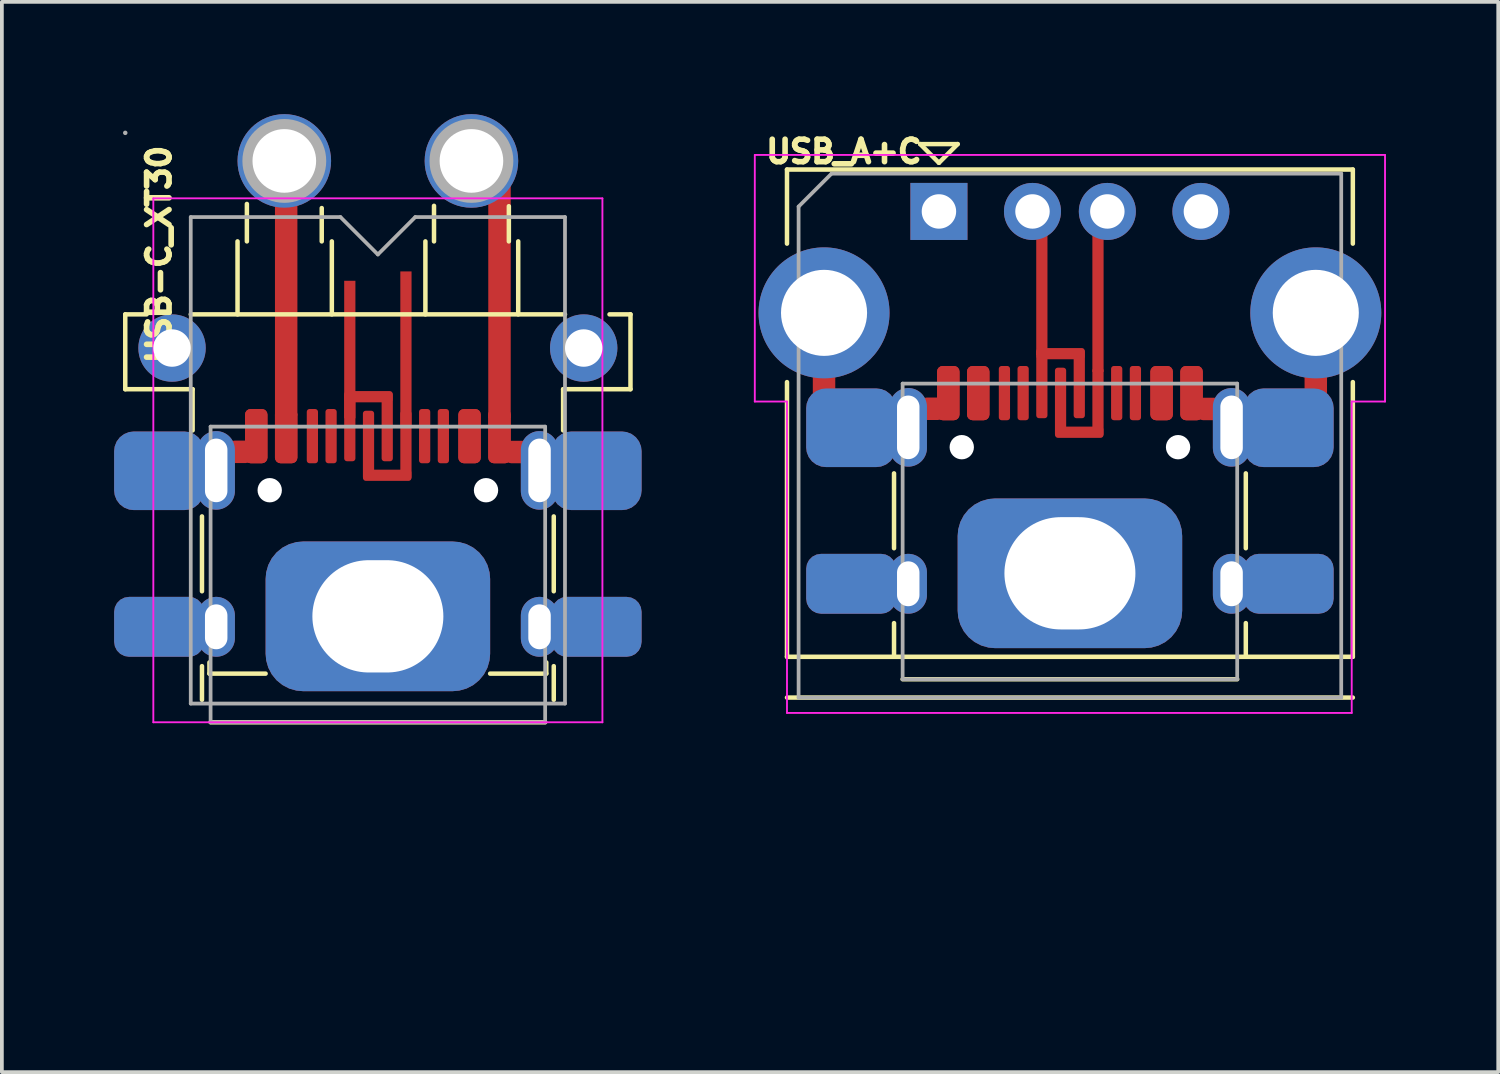
<source format=kicad_pcb>
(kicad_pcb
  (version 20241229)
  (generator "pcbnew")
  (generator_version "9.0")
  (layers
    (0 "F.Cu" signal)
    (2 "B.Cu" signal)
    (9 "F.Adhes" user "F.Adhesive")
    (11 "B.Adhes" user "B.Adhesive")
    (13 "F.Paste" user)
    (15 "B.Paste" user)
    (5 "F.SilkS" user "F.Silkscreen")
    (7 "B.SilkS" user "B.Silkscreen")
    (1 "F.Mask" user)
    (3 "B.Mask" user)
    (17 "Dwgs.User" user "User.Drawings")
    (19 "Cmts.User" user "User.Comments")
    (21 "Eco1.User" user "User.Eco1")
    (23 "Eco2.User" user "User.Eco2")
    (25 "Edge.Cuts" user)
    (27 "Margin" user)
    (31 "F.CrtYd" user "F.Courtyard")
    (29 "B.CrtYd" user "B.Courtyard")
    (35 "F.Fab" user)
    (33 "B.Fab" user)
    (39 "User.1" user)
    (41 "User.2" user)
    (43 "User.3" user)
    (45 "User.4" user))
  (footprint "USB_A+C"
    (layer "F.Cu")
    (at 22.039 2.6)
    (property "Reference" "USB_A+C" (at -2.54 -1.6 0) (layer "F.SilkS") (effects (font (size 0.6 0.6) (thickness 0.15))))
    (fp_line (start -4.06 -1.12) (end -4.06 0.86) (stroke (width 0.12) (type solid)) (layer "F.SilkS"))
    (fp_line (start -4.06 -1.12) (end 11.06 -1.12) (stroke (width 0.12) (type solid)) (layer "F.SilkS"))
    (fp_line (start -4.06 4.56) (end -4.06 11.9) (stroke (width 0.12) (type solid)) (layer "F.SilkS"))
    (fp_line (start -4.06 11.9) (end 11.06 11.9) (stroke (width 0.12) (type solid)) (layer "F.SilkS"))
    (fp_line (start -4.06 12.99) (end 11.06 12.99) (stroke (width 0.12) (type solid)) (layer "F.SilkS"))
    (fp_line (start -1.2 6.999) (end -1.2 8.999) (stroke (width 0.12) (type solid)) (layer "F.SilkS"))
    (fp_line (start -1.2 11) (end -1.2 11.9) (stroke (width 0.12) (type solid)) (layer "F.SilkS"))
    (fp_line (start -0.97 12.5) (end 7.97 12.5) (stroke (width 0.12) (type solid)) (layer "F.SilkS"))
    (fp_line (start -0.5 -1.8) (end 0 -1.3) (stroke (width 0.12) (type solid)) (layer "F.SilkS"))
    (fp_line (start 0 -1.3) (end 0.5 -1.8) (stroke (width 0.12) (type solid)) (layer "F.SilkS"))
    (fp_line (start 0.5 -1.8) (end -0.5 -1.8) (stroke (width 0.12) (type solid)) (layer "F.SilkS"))
    (fp_line (start 8.2 6.999) (end 8.2 8.999) (stroke (width 0.12) (type solid)) (layer "F.SilkS"))
    (fp_line (start 8.2 11) (end 8.2 11.9) (stroke (width 0.12) (type solid)) (layer "F.SilkS"))
    (fp_line (start 11.06 0.86) (end 11.06 -1.12) (stroke (width 0.12) (type solid)) (layer "F.SilkS"))
    (fp_line (start 11.06 4.56) (end 11.06 11.9) (stroke (width 0.12) (type solid)) (layer "F.SilkS"))
    (fp_line (start -4.92 -1.51) (end -4.92 5.08) (stroke (width 0.05) (type solid)) (layer "F.CrtYd"))
    (fp_line (start -4.92 -1.51) (end 11.92 -1.51) (stroke (width 0.05) (type solid)) (layer "F.CrtYd"))
    (fp_line (start -4.06 5.08) (end -4.92 5.08) (stroke (width 0.05) (type solid)) (layer "F.CrtYd"))
    (fp_line (start -4.06 5.08) (end -4.06 13.4) (stroke (width 0.05) (type solid)) (layer "F.CrtYd"))
    (fp_line (start 11.03 5.08) (end 11.03 13.4) (stroke (width 0.05) (type solid)) (layer "F.CrtYd"))
    (fp_line (start 11.03 5.08) (end 11.92 5.08) (stroke (width 0.05) (type solid)) (layer "F.CrtYd"))
    (fp_line (start 11.03 13.4) (end -4.06 13.4) (stroke (width 0.05) (type solid)) (layer "F.CrtYd"))
    (fp_line (start 11.92 -1.51) (end 11.92 5.08) (stroke (width 0.05) (type solid)) (layer "F.CrtYd"))
    (fp_line (start -3.75 -0.13) (end -3.75 12.99) (stroke (width 0.1) (type solid)) (layer "F.Fab"))
    (fp_line (start -3.75 12.99) (end 10.75 12.99) (stroke (width 0.1) (type solid)) (layer "F.Fab"))
    (fp_line (start -2.87 -1.01) (end -3.75 -0.13) (stroke (width 0.1) (type solid)) (layer "F.Fab"))
    (fp_line (start -2.87 -1.01) (end 10.75 -1.01) (stroke (width 0.1) (type solid)) (layer "F.Fab"))
    (fp_line (start -0.97 4.6) (end -0.97 12.5) (stroke (width 0.1) (type solid)) (layer "F.Fab"))
    (fp_line (start -0.97 4.6) (end 7.97 4.6) (stroke (width 0.1) (type solid)) (layer "F.Fab"))
    (fp_line (start -0.97 12.5) (end 7.97 12.5) (stroke (width 0.1) (type solid)) (layer "F.Fab"))
    (fp_line (start 7.97 4.6) (end 7.97 12.5) (stroke (width 0.1) (type solid)) (layer "F.Fab"))
    (fp_line (start 10.75 -1.01) (end 10.75 12.99) (stroke (width 0.1) (type solid)) (layer "F.Fab"))
    (fp_line (start -4.5 12) (end 0.5 17) (stroke (width 0.12) (type solid)) (layer "User.1"))
    (fp_line (start -4.5 12) (end 11.5 12) (stroke (width 0.1) (type solid)) (layer "User.1"))
    (fp_line (start 3.5 -2.54) (end 3.5 16.51) (stroke (width 0.12) (type solid)) (layer "User.1"))
    (fp_text user "CL" (at 3.5 15.24 270) (unlocked yes) (layer "User.1") (effects (font (size 0.6 0.6) (thickness 0.1))))
    (fp_text user "Board Edge" (at -1 14.5 315) (unlocked yes) (layer "User.1") (effects (font (size 0.6 0.6) (thickness 0.1))))
    (pad "1" thru_hole rect (at 0 0) (size 1.524 1.524) (drill 0.92) (layers "*.Cu" "*.Mask"))
    (pad "1" thru_hole circle (at 0.61 6.299) (size 0.75 0.75) (drill 0.65) (layers "*.Cu" "*.Mask") (remove_unused_layers yes) (zone_layer_connections))
    (pad "1" smd roundrect (at 1.05 4.854) (size 0.6 1.45) (layers "F.Cu" "F.Mask" "F.Paste") (roundrect_rratio 0.25))
    (pad "1" smd roundrect (at 1.05 4.854) (size 0.6 1.45) (layers "F.Cu" "F.Mask" "F.Paste") (roundrect_rratio 0.25))
    (pad "1" smd roundrect (at 5.95 4.854) (size 0.6 1.45) (layers "F.Cu" "F.Mask" "F.Paste") (roundrect_rratio 0.25))
    (pad "1" smd roundrect (at 5.95 4.854) (size 0.6 1.45) (layers "F.Cu" "F.Mask" "F.Paste") (roundrect_rratio 0.25))
    (pad "1" thru_hole circle (at 6.39 6.299) (size 0.75 0.75) (drill 0.65) (layers "*.Cu" "*.Mask") (remove_unused_layers yes) (zone_layer_connections))
    (pad "2" thru_hole circle (at 2.5 0) (size 1.524 1.524) (drill 0.92) (layers "*.Cu" "*.Mask"))
    (pad "2" smd rect (at 2.75 2) (size 0.3 3.675) (layers "F.Cu" "F.Mask" "F.Paste"))
    (pad "2" smd roundrect (at 2.75 4.6) (size 0.3 1.85) (layers "F.Cu" "F.Mask" "F.Paste") (roundrect_rratio 0.25))
    (pad "2" smd roundrect (at 3.25 3.8 90) (size 0.3 1.29) (layers "F.Cu" "F.Mask" "F.Paste") (roundrect_rratio 0.25))
    (pad "2" smd roundrect (at 3.75 4.6) (size 0.3 1.85) (layers "F.Cu" "F.Mask" "F.Paste") (roundrect_rratio 0.25))
    (pad "3" smd roundrect (at 3.25 5.1) (size 0.3 1.85) (layers "F.Cu" "F.Mask" "F.Paste") (roundrect_rratio 0.25))
    (pad "3" smd roundrect (at 3.75 5.9 90) (size 0.3 1.29) (layers "F.Cu" "F.Mask" "F.Paste") (roundrect_rratio 0.25))
    (pad "3" smd rect (at 4.25 2.2) (size 0.3 4.175) (layers "F.Cu" "F.Mask" "F.Paste"))
    (pad "3" smd roundrect (at 4.25 5.1) (size 0.3 1.85) (layers "F.Cu" "F.Mask" "F.Paste") (roundrect_rratio 0.25))
    (pad "3" thru_hole circle (at 4.5 0) (size 1.524 1.524) (drill 0.92) (layers "*.Cu" "*.Mask"))
    (pad "4" smd roundrect (at -3.07 4.6) (size 0.6 0.8) (layers "F.Cu" "F.Paste") (roundrect_rratio 0.25))
    (pad "4" smd roundrect (at -0.179 5.273) (size 0.6 0.6) (layers "F.Cu" "F.Paste") (roundrect_rratio 0.25))
    (pad "4" smd roundrect (at 0.25 4.854) (size 0.6 1.45) (layers "F.Cu" "F.Mask" "F.Paste") (roundrect_rratio 0.25))
    (pad "4" smd roundrect (at 0.25 4.854) (size 0.6 1.45) (layers "F.Cu" "F.Mask" "F.Paste") (roundrect_rratio 0.25))
    (pad "4" smd roundrect (at 6.75 4.854) (size 0.6 1.45) (layers "F.Cu" "F.Mask" "F.Paste") (roundrect_rratio 0.25))
    (pad "4" smd roundrect (at 6.75 4.854) (size 0.6 1.45) (layers "F.Cu" "F.Mask" "F.Paste") (roundrect_rratio 0.25))
    (pad "4" thru_hole circle (at 7 0) (size 1.524 1.524) (drill 0.92) (layers "*.Cu" "*.Mask"))
    (pad "4" smd roundrect (at 7.207 5.278) (size 0.6 0.6) (layers "F.Cu" "F.Paste") (roundrect_rratio 0.25))
    (pad "4" smd roundrect (at 10.07 4.6) (size 0.6 0.8) (layers "F.Cu" "F.Paste") (roundrect_rratio 0.25))
    (pad "5" thru_hole circle (at -3.07 2.71) (size 3.5 3.5) (drill 2.3) (layers "*.Cu" "*.Mask"))
    (pad "5" smd roundrect (at -2.347 5.78) (size 2.4 2.1) (layers "F.Cu" "F.Mask" "F.Paste") (roundrect_rratio 0.25))
    (pad "5" smd roundrect (at -2.347 5.78) (size 2.4 2.1) (layers "B.Cu" "B.Mask" "B.Paste") (roundrect_rratio 0.25))
    (pad "5" smd roundrect (at -2.347 9.949) (size 2.4 1.6) (layers "F.Cu" "F.Mask" "F.Paste") (roundrect_rratio 0.25))
    (pad "5" smd roundrect (at -2.347 9.949) (size 2.4 1.6) (layers "B.Cu" "B.Mask" "B.Paste") (roundrect_rratio 0.25))
    (pad "5" thru_hole oval (at -0.82 5.769) (size 1 2.1) (drill oval 0.6 1.7) (layers "*.Cu" "*.Mask"))
    (pad "5" thru_hole oval (at -0.82 9.949) (size 1 1.6) (drill oval 0.6 1.2) (layers "*.Cu" "*.Mask"))
    (pad "5" thru_hole roundrect (at 3.5 9.669 180) (size 6 4) (drill oval 3.5 3) (layers "*.Cu" "*.Mask") (roundrect_rratio 0.25))
    (pad "5" thru_hole oval (at 7.82 5.769) (size 1 2.1) (drill oval 0.6 1.7) (layers "*.Cu" "*.Mask"))
    (pad "5" thru_hole oval (at 7.82 9.949) (size 1 1.6) (drill oval 0.6 1.2) (layers "*.Cu" "*.Mask"))
    (pad "5" smd roundrect (at 9.347 5.78) (size 2.4 2.1) (layers "F.Cu" "F.Mask" "F.Paste") (roundrect_rratio 0.25))
    (pad "5" smd roundrect (at 9.347 5.78) (size 2.4 2.1) (layers "B.Cu" "B.Mask" "B.Paste") (roundrect_rratio 0.25))
    (pad "5" smd roundrect (at 9.347 9.949) (size 2.4 1.6) (layers "F.Cu" "F.Mask" "F.Paste") (roundrect_rratio 0.25))
    (pad "5" smd roundrect (at 9.347 9.949) (size 2.4 1.6) (layers "B.Cu" "B.Mask" "B.Paste") (roundrect_rratio 0.25))
    (pad "5" thru_hole circle (at 10.07 2.71) (size 3.5 3.5) (drill 2.3) (layers "*.Cu" "*.Mask"))
    (pad "A5" smd roundrect (at 2.25 4.854) (size 0.3 1.45) (layers "F.Cu" "F.Mask" "F.Paste") (roundrect_rratio 0.25))
    (pad "A8" smd roundrect (at 4.75 4.854) (size 0.3 1.45) (layers "F.Cu" "F.Mask" "F.Paste") (roundrect_rratio 0.25))
    (pad "B5" smd roundrect (at 5.25 4.854) (size 0.3 1.45) (layers "F.Cu" "F.Mask" "F.Paste") (roundrect_rratio 0.25))
    (pad "B8" smd roundrect (at 1.75 4.854) (size 0.3 1.45) (layers "F.Cu" "F.Mask" "F.Paste") (roundrect_rratio 0.25)))
  (footprint "USB-C_XT30"
    (layer "F.Cu")
    (at 7.047 3.75)
    (property "Reference" "USB-C_XT30" (at -5.85 0 90) (layer "F.SilkS") (effects (font (size 0.6 0.6) (thickness 0.15))))
    (fp_line (start -6.75 1.6) (end -6.75 3.6) (stroke (width 0.12) (type solid)) (layer "F.SilkS"))
    (fp_line (start -6.75 3.6) (end -4.95 3.6) (stroke (width 0.12) (type solid)) (layer "F.SilkS"))
    (fp_line (start -6.18 1.6) (end -6.75 1.6) (stroke (width 0.12) (type solid)) (layer "F.SilkS"))
    (fp_line (start -4.95 4.7) (end -4.95 3.6) (stroke (width 0.12) (type solid)) (layer "F.SilkS"))
    (fp_line (start -4.7 6.999) (end -4.7 8.999) (stroke (width 0.12) (type solid)) (layer "F.SilkS"))
    (fp_line (start -4.7 11) (end -4.7 11.9) (stroke (width 0.12) (type solid)) (layer "F.SilkS"))
    (fp_line (start -4.5 11.2) (end -4.5 10.9) (stroke (width 0.12) (type solid)) (layer "F.SilkS"))
    (fp_line (start -4.5 11.2) (end -3 11.2) (stroke (width 0.12) (type solid)) (layer "F.SilkS"))
    (fp_line (start -4.47 12.5) (end 4.47 12.5) (stroke (width 0.12) (type solid)) (layer "F.SilkS"))
    (fp_line (start -3.75 1.6) (end -3.75 -0.35) (stroke (width 0.12) (type solid)) (layer "F.SilkS"))
    (fp_line (start -3.5 -0.35) (end -3.5 -1.35) (stroke (width 0.12) (type solid)) (layer "F.SilkS"))
    (fp_line (start -1.5 -0.35) (end -1.5 -1.24) (stroke (width 0.12) (type solid)) (layer "F.SilkS"))
    (fp_line (start -1.23 1.6) (end -1.23 -0.35) (stroke (width 0.12) (type solid)) (layer "F.SilkS"))
    (fp_line (start 1.27 1.6) (end 1.27 -0.35) (stroke (width 0.12) (type solid)) (layer "F.SilkS"))
    (fp_line (start 1.5 -0.35) (end 1.5 -1.3) (stroke (width 0.12) (type solid)) (layer "F.SilkS"))
    (fp_line (start 3 11.2) (end 4.5 11.2) (stroke (width 0.12) (type solid)) (layer "F.SilkS"))
    (fp_line (start 3.5 -0.35) (end 3.5 -1.29) (stroke (width 0.12) (type solid)) (layer "F.SilkS"))
    (fp_line (start 3.75 1.6) (end 3.75 -0.35) (stroke (width 0.12) (type solid)) (layer "F.SilkS"))
    (fp_line (start 4.5 11.2) (end 4.5 10.9) (stroke (width 0.12) (type solid)) (layer "F.SilkS"))
    (fp_line (start 4.7 6.999) (end 4.7 8.999) (stroke (width 0.12) (type solid)) (layer "F.SilkS"))
    (fp_line (start 4.7 11) (end 4.7 11.9) (stroke (width 0.12) (type solid)) (layer "F.SilkS"))
    (fp_line (start 4.95 4.7) (end 4.95 3.6) (stroke (width 0.12) (type solid)) (layer "F.SilkS"))
    (fp_line (start 5 1.6) (end -5 1.6) (stroke (width 0.12) (type solid)) (layer "F.SilkS"))
    (fp_line (start 6.19 1.6) (end 6.75 1.6) (stroke (width 0.12) (type solid)) (layer "F.SilkS"))
    (fp_line (start 6.75 1.6) (end 6.75 3.6) (stroke (width 0.12) (type solid)) (layer "F.SilkS"))
    (fp_line (start 6.75 3.6) (end 4.95 3.6) (stroke (width 0.12) (type solid)) (layer "F.SilkS"))
    (fp_line (start -6 -1.5) (end -6 12.5) (stroke (width 0.05) (type solid)) (layer "F.CrtYd"))
    (fp_line (start -6 12.5) (end 6 12.5) (stroke (width 0.05) (type solid)) (layer "F.CrtYd"))
    (fp_line (start 6 -1.5) (end -6 -1.5) (stroke (width 0.05) (type solid)) (layer "F.CrtYd"))
    (fp_line (start 6 12.5) (end 6 -1.5) (stroke (width 0.05) (type solid)) (layer "F.CrtYd"))
    (fp_line (start -5 -1) (end -1 -1) (stroke (width 0.1) (type solid)) (layer "F.Fab"))
    (fp_line (start -5 12) (end -5 -1) (stroke (width 0.1) (type solid)) (layer "F.Fab"))
    (fp_line (start -4.47 4.6) (end -4.47 12.5) (stroke (width 0.1) (type solid)) (layer "F.Fab"))
    (fp_line (start -4.47 4.6) (end 4.47 4.6) (stroke (width 0.1) (type solid)) (layer "F.Fab"))
    (fp_line (start -4.47 12.5) (end 4.47 12.5) (stroke (width 0.1) (type solid)) (layer "F.Fab"))
    (fp_line (start -1 -1) (end 0 0) (stroke (width 0.1) (type solid)) (layer "F.Fab"))
    (fp_line (start 0 0) (end 1 -1) (stroke (width 0.1) (type solid)) (layer "F.Fab"))
    (fp_line (start 1 -1) (end 5 -1) (stroke (width 0.1) (type solid)) (layer "F.Fab"))
    (fp_line (start 4.47 4.6) (end 4.47 12.5) (stroke (width 0.1) (type solid)) (layer "F.Fab"))
    (fp_line (start 5 -1) (end 5 12) (stroke (width 0.1) (type solid)) (layer "F.Fab"))
    (fp_line (start 5 12) (end -5 12) (stroke (width 0.1) (type solid)) (layer "F.Fab"))
    (fp_circle (center -6.75 -3.25) (end -6.72 -3.25) (stroke (width 0.06) (type solid)) (fill no) (layer "F.Fab"))
    (fp_circle (center -5.5 2.5) (end -5.3 2.5) (stroke (width 0.4) (type solid)) (fill no) (layer "F.Fab"))
    (fp_circle (center -2.5 -2.5) (end -2.13 -2.5) (stroke (width 0.75) (type solid)) (fill no) (layer "F.Fab"))
    (fp_circle (center 2.5 -2.5) (end 2.87 -2.5) (stroke (width 0.75) (type solid)) (fill no) (layer "F.Fab"))
    (fp_circle (center 5.5 2.5) (end 5.7 2.5) (stroke (width 0.4) (type solid)) (fill no) (layer "F.Fab"))
    (fp_line (start -6.35 12) (end -1.35 17) (stroke (width 0.12) (type solid)) (layer "User.1"))
    (fp_line (start -6.35 12) (end 6.35 12) (stroke (width 0.1) (type solid)) (layer "User.1"))
    (fp_line (start 0 -2.54) (end 0 16.51) (stroke (width 0.12) (type solid)) (layer "User.1"))
    (fp_text user "Board Edge" (at -2.85 14.5 315) (unlocked yes) (layer "User.1") (effects (font (size 0.6 0.6) (thickness 0.1))))
    (fp_text user "V 12" (at 0 18 180) (unlocked yes) (layer "User.1") (effects (font (size 1 1) (thickness 0.15))))
    (fp_text user "CL" (at 0 15.24 270) (unlocked yes) (layer "User.1") (effects (font (size 0.6 0.6) (thickness 0.1))))
    (pad "1" thru_hole circle (at -2.89 6.299) (size 0.75 0.75) (drill 0.65) (layers "*.Cu" "*.Mask") (remove_unused_layers yes) (zone_layer_connections))
    (pad "1" thru_hole circle (at -2.5 -2.5) (size 2.5 2.5) (drill 1.7) (layers "*.Cu" "*.Mask"))
    (pad "1" smd rect (at -2.45 1.504) (size 0.6 5.6) (layers "F.Cu" "F.Paste"))
    (pad "1" smd roundrect (at -2.45 4.854) (size 0.6 1.45) (layers "F.Cu" "F.Mask" "F.Paste") (roundrect_rratio 0.25))
    (pad "1" smd roundrect (at -2.45 4.854) (size 0.6 1.45) (layers "F.Cu" "F.Mask" "F.Paste") (roundrect_rratio 0.25))
    (pad "1" smd roundrect (at 2.45 4.854) (size 0.6 1.45) (layers "F.Cu" "F.Mask" "F.Paste") (roundrect_rratio 0.25))
    (pad "1" smd roundrect (at 2.45 4.854) (size 0.6 1.45) (layers "F.Cu" "F.Mask" "F.Paste") (roundrect_rratio 0.25))
    (pad "1" thru_hole circle (at 2.89 6.299) (size 0.75 0.75) (drill 0.65) (layers "*.Cu" "*.Mask") (remove_unused_layers yes) (zone_layer_connections))
    (pad "2" smd rect (at -0.75 2.54) (size 0.3 3.675) (layers "F.Cu" "F.Paste"))
    (pad "2" smd roundrect (at -0.75 4.6) (size 0.3 1.85) (layers "F.Cu" "F.Mask" "F.Paste") (roundrect_rratio 0.25))
    (pad "2" smd roundrect (at -0.25 3.8 90) (size 0.3 1.29) (layers "F.Cu" "F.Paste") (roundrect_rratio 0.25))
    (pad "2" smd roundrect (at 0.25 4.6) (size 0.3 1.85) (layers "F.Cu" "F.Mask" "F.Paste") (roundrect_rratio 0.25))
    (pad "3" smd roundrect (at -0.25 5.1) (size 0.3 1.85) (layers "F.Cu" "F.Mask" "F.Paste") (roundrect_rratio 0.25))
    (pad "3" smd roundrect (at 0.25 5.9 90) (size 0.3 1.29) (layers "F.Cu" "F.Paste") (roundrect_rratio 0.25))
    (pad "3" smd rect (at 0.75 2.54) (size 0.3 4.175) (layers "F.Cu" "F.Paste"))
    (pad "3" smd roundrect (at 0.75 5.1) (size 0.3 1.85) (layers "F.Cu" "F.Mask" "F.Paste") (roundrect_rratio 0.25))
    (pad "4" smd roundrect (at -3.679 5.273) (size 0.6 0.6) (layers "F.Cu" "F.Paste") (roundrect_rratio 0.25))
    (pad "4" smd roundrect (at -3.25 4.854) (size 0.6 1.45) (layers "F.Cu" "F.Mask" "F.Paste") (roundrect_rratio 0.25))
    (pad "4" smd roundrect (at -3.25 4.854) (size 0.6 1.45) (layers "F.Cu" "F.Mask" "F.Paste") (roundrect_rratio 0.25))
    (pad "4" thru_hole circle (at 2.5 -2.5) (size 2.5 2.5) (drill 1.7) (layers "*.Cu" "*.Mask"))
    (pad "4" smd rect (at 3.25 1.27) (size 0.6 6.2) (layers "F.Cu" "F.Paste"))
    (pad "4" smd roundrect (at 3.25 4.854) (size 0.6 1.45) (layers "F.Cu" "F.Mask" "F.Paste") (roundrect_rratio 0.25))
    (pad "4" smd roundrect (at 3.25 4.854) (size 0.6 1.45) (layers "F.Cu" "F.Mask" "F.Paste") (roundrect_rratio 0.25))
    (pad "4" smd roundrect (at 3.707 5.278) (size 0.6 0.6) (layers "F.Cu" "F.Paste") (roundrect_rratio 0.25))
    (pad "5" smd roundrect (at -5.847 5.78) (size 2.4 2.1) (layers "F.Cu" "F.Mask" "F.Paste") (roundrect_rratio 0.25))
    (pad "5" smd roundrect (at -5.847 5.78) (size 2.4 2.1) (layers "B.Cu" "B.Mask" "B.Paste") (roundrect_rratio 0.25))
    (pad "5" smd roundrect (at -5.847 9.949) (size 2.4 1.6) (layers "F.Cu" "F.Mask" "F.Paste") (roundrect_rratio 0.25))
    (pad "5" smd roundrect (at -5.847 9.949) (size 2.4 1.6) (layers "B.Cu" "B.Mask" "B.Paste") (roundrect_rratio 0.25))
    (pad "5" thru_hole circle (at -5.5 2.5) (size 1.8 1.8) (drill 1) (layers "*.Cu" "*.Mask"))
    (pad "5" thru_hole oval (at -4.32 5.769) (size 1 2.1) (drill oval 0.6 1.7) (layers "*.Cu" "*.Mask"))
    (pad "5" thru_hole oval (at -4.32 9.949) (size 1 1.6) (drill oval 0.6 1.2) (layers "*.Cu" "*.Mask"))
    (pad "5" thru_hole roundrect (at 0 9.669 180) (size 6 4) (drill oval 3.5 3) (layers "*.Cu" "*.Mask") (roundrect_rratio 0.25))
    (pad "5" thru_hole oval (at 4.32 5.769) (size 1 2.1) (drill oval 0.6 1.7) (layers "*.Cu" "*.Mask"))
    (pad "5" thru_hole oval (at 4.32 9.949) (size 1 1.6) (drill oval 0.6 1.2) (layers "*.Cu" "*.Mask"))
    (pad "5" thru_hole circle (at 5.5 2.5) (size 1.8 1.8) (drill 1) (layers "*.Cu" "*.Mask"))
    (pad "5" smd roundrect (at 5.847 5.78) (size 2.4 2.1) (layers "F.Cu" "F.Mask" "F.Paste") (roundrect_rratio 0.25))
    (pad "5" smd roundrect (at 5.847 5.78) (size 2.4 2.1) (layers "B.Cu" "B.Mask" "B.Paste") (roundrect_rratio 0.25))
    (pad "5" smd roundrect (at 5.847 9.949) (size 2.4 1.6) (layers "F.Cu" "F.Mask" "F.Paste") (roundrect_rratio 0.25))
    (pad "5" smd roundrect (at 5.847 9.949) (size 2.4 1.6) (layers "B.Cu" "B.Mask" "B.Paste") (roundrect_rratio 0.25))
    (pad "A5" smd roundrect (at -1.25 4.854) (size 0.3 1.45) (layers "F.Cu" "F.Mask" "F.Paste") (roundrect_rratio 0.25))
    (pad "A8" smd roundrect (at 1.25 4.854) (size 0.3 1.45) (layers "F.Cu" "F.Mask" "F.Paste") (roundrect_rratio 0.25))
    (pad "B5" smd roundrect (at 1.75 4.854) (size 0.3 1.45) (layers "F.Cu" "F.Mask" "F.Paste") (roundrect_rratio 0.25))
    (pad "B8" smd roundrect (at -1.75 4.854) (size 0.3 1.45) (layers "F.Cu" "F.Mask" "F.Paste") (roundrect_rratio 0.25)))
  (gr_rect
    (start -3 -3)
    (end 36.984 25.598)
    (stroke (width 0.1) (type default))
    (fill no)
    (layer "Edge.Cuts")))
</source>
